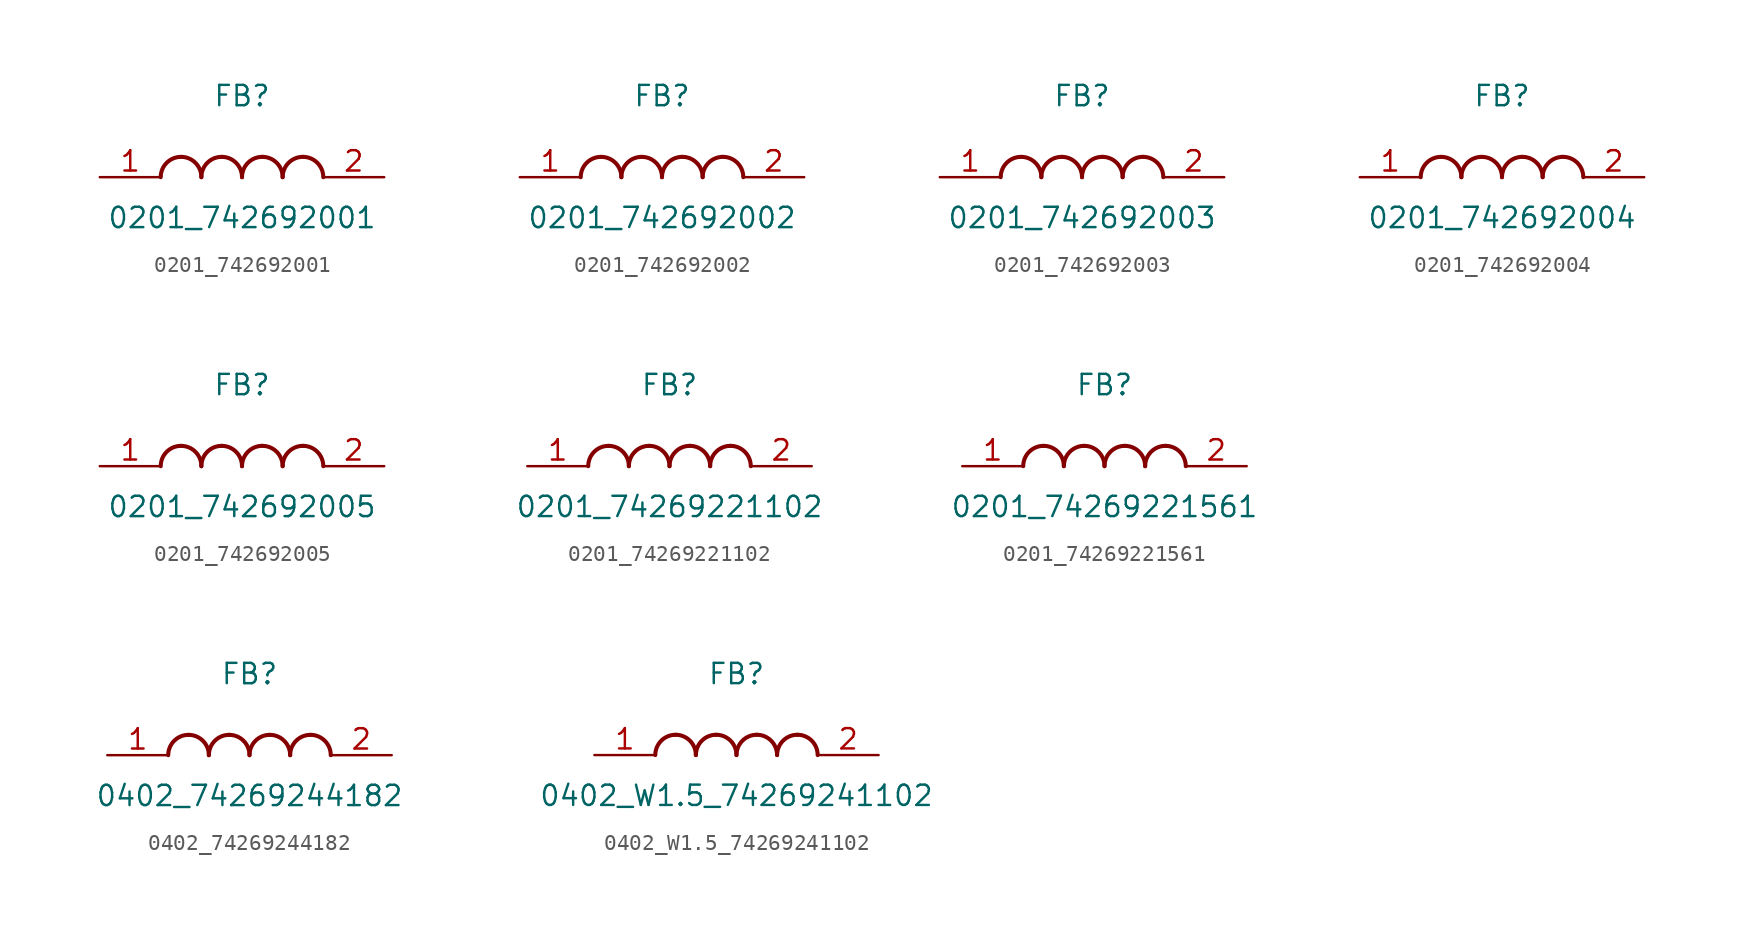
<source format=kicad_sym>
(kicad_symbol_lib
  (version 20211014)
  (generator kicad_symbol_editor)
  (symbol "Ferrite_Wurth_WE-TMSB:0201_742692001"
    (pin_names hide)
    (property "Reference" "FB"
      (at 0 5.08 0)
      (effects (font (size 1.27 1.27))))
    (property "Value" "0201_742692001"
      (at 0 -2.54 0)
      (effects (font (size 1.27 1.27))))
    (symbol "0201_742692001_0_1"
      (arc (start -3.81 1.27) (mid -4.708 0.898) (end -5.08 0) (stroke (width 0.254) (type default)) (fill (type none)))
      (arc (start -2.54 0) (mid -2.912 0.898) (end -3.81 1.27) (stroke (width 0.254) (type default)) (fill (type none)))
      (arc (start -1.2699 1.2701) (mid -2.1679 0.8981) (end -2.5399 0.0001) (stroke (width 0.254) (type default)) (fill (type none)))
      (arc (start 0.0001 0.0001) (mid -0.3719 0.8981) (end -1.2699 1.2701) (stroke (width 0.254) (type default)) (fill (type none)))
      (arc (start 1.2701 1.2701) (mid 0.3721 0.8981) (end 0.0001 0.0001) (stroke (width 0.254) (type default)) (fill (type none)))
      (arc (start 2.5401 0.0001) (mid 2.1681 0.8981) (end 1.2701 1.2701) (stroke (width 0.254) (type default)) (fill (type none)))
      (arc (start 3.8101 1.2701) (mid 2.9121 0.8981) (end 2.5401 0.0001) (stroke (width 0.254) (type default)) (fill (type none)))
      (arc (start 5.0801 0.0001) (mid 4.7081 0.8981) (end 3.8101 1.2701) (stroke (width 0.254) (type default)) (fill (type none))))
    (symbol "0201_742692001_1_1"
      (pin passive line (at -8.89 0 0) (length 3.81) (name "1" (effects (font (size 1.27 1.27)))) (number "1" (effects (font (size 1.27 1.27)))))
      (pin passive line (at 8.89 0 180) (length 3.81) (name "2" (effects (font (size 1.27 1.27)))) (number "2" (effects (font (size 1.27 1.27)))))))
  (symbol "Ferrite_Wurth_WE-TMSB:0201_742692002"
    (pin_names hide)
    (property "Reference" "FB"
      (at 0 5.08 0)
      (effects (font (size 1.27 1.27))))
    (property "Value" "0201_742692002"
      (at 0 -2.54 0)
      (effects (font (size 1.27 1.27))))
    (symbol "0201_742692002_0_1"
      (arc (start -3.81 1.27) (mid -4.708 0.898) (end -5.08 0) (stroke (width 0.254) (type default)) (fill (type none)))
      (arc (start -2.54 0) (mid -2.912 0.898) (end -3.81 1.27) (stroke (width 0.254) (type default)) (fill (type none)))
      (arc (start -1.2699 1.2701) (mid -2.1679 0.8981) (end -2.5399 0.0001) (stroke (width 0.254) (type default)) (fill (type none)))
      (arc (start 0.0001 0.0001) (mid -0.3719 0.8981) (end -1.2699 1.2701) (stroke (width 0.254) (type default)) (fill (type none)))
      (arc (start 1.2701 1.2701) (mid 0.3721 0.8981) (end 0.0001 0.0001) (stroke (width 0.254) (type default)) (fill (type none)))
      (arc (start 2.5401 0.0001) (mid 2.1681 0.8981) (end 1.2701 1.2701) (stroke (width 0.254) (type default)) (fill (type none)))
      (arc (start 3.8101 1.2701) (mid 2.9121 0.8981) (end 2.5401 0.0001) (stroke (width 0.254) (type default)) (fill (type none)))
      (arc (start 5.0801 0.0001) (mid 4.7081 0.8981) (end 3.8101 1.2701) (stroke (width 0.254) (type default)) (fill (type none))))
    (symbol "0201_742692002_1_1"
      (pin passive line (at -8.89 0 0) (length 3.81) (name "1" (effects (font (size 1.27 1.27)))) (number "1" (effects (font (size 1.27 1.27)))))
      (pin passive line (at 8.89 0 180) (length 3.81) (name "2" (effects (font (size 1.27 1.27)))) (number "2" (effects (font (size 1.27 1.27)))))))
  (symbol "Ferrite_Wurth_WE-TMSB:0201_742692003"
    (pin_names hide)
    (property "Reference" "FB"
      (at 0 5.08 0)
      (effects (font (size 1.27 1.27))))
    (property "Value" "0201_742692003"
      (at 0 -2.54 0)
      (effects (font (size 1.27 1.27))))
    (symbol "0201_742692003_0_1"
      (arc (start -3.81 1.27) (mid -4.708 0.898) (end -5.08 0) (stroke (width 0.254) (type default)) (fill (type none)))
      (arc (start -2.54 0) (mid -2.912 0.898) (end -3.81 1.27) (stroke (width 0.254) (type default)) (fill (type none)))
      (arc (start -1.2699 1.2701) (mid -2.1679 0.8981) (end -2.5399 0.0001) (stroke (width 0.254) (type default)) (fill (type none)))
      (arc (start 0.0001 0.0001) (mid -0.3719 0.8981) (end -1.2699 1.2701) (stroke (width 0.254) (type default)) (fill (type none)))
      (arc (start 1.2701 1.2701) (mid 0.3721 0.8981) (end 0.0001 0.0001) (stroke (width 0.254) (type default)) (fill (type none)))
      (arc (start 2.5401 0.0001) (mid 2.1681 0.8981) (end 1.2701 1.2701) (stroke (width 0.254) (type default)) (fill (type none)))
      (arc (start 3.8101 1.2701) (mid 2.9121 0.8981) (end 2.5401 0.0001) (stroke (width 0.254) (type default)) (fill (type none)))
      (arc (start 5.0801 0.0001) (mid 4.7081 0.8981) (end 3.8101 1.2701) (stroke (width 0.254) (type default)) (fill (type none))))
    (symbol "0201_742692003_1_1"
      (pin passive line (at -8.89 0 0) (length 3.81) (name "1" (effects (font (size 1.27 1.27)))) (number "1" (effects (font (size 1.27 1.27)))))
      (pin passive line (at 8.89 0 180) (length 3.81) (name "2" (effects (font (size 1.27 1.27)))) (number "2" (effects (font (size 1.27 1.27)))))))
  (symbol "Ferrite_Wurth_WE-TMSB:0201_742692004"
    (pin_names hide)
    (property "Reference" "FB"
      (at 0 5.08 0)
      (effects (font (size 1.27 1.27))))
    (property "Value" "0201_742692004"
      (at 0 -2.54 0)
      (effects (font (size 1.27 1.27))))
    (symbol "0201_742692004_0_1"
      (arc (start -3.81 1.27) (mid -4.708 0.898) (end -5.08 0) (stroke (width 0.254) (type default)) (fill (type none)))
      (arc (start -2.54 0) (mid -2.912 0.898) (end -3.81 1.27) (stroke (width 0.254) (type default)) (fill (type none)))
      (arc (start -1.2699 1.2701) (mid -2.1679 0.8981) (end -2.5399 0.0001) (stroke (width 0.254) (type default)) (fill (type none)))
      (arc (start 0.0001 0.0001) (mid -0.3719 0.8981) (end -1.2699 1.2701) (stroke (width 0.254) (type default)) (fill (type none)))
      (arc (start 1.2701 1.2701) (mid 0.3721 0.8981) (end 0.0001 0.0001) (stroke (width 0.254) (type default)) (fill (type none)))
      (arc (start 2.5401 0.0001) (mid 2.1681 0.8981) (end 1.2701 1.2701) (stroke (width 0.254) (type default)) (fill (type none)))
      (arc (start 3.8101 1.2701) (mid 2.9121 0.8981) (end 2.5401 0.0001) (stroke (width 0.254) (type default)) (fill (type none)))
      (arc (start 5.0801 0.0001) (mid 4.7081 0.8981) (end 3.8101 1.2701) (stroke (width 0.254) (type default)) (fill (type none))))
    (symbol "0201_742692004_1_1"
      (pin passive line (at -8.89 0 0) (length 3.81) (name "1" (effects (font (size 1.27 1.27)))) (number "1" (effects (font (size 1.27 1.27)))))
      (pin passive line (at 8.89 0 180) (length 3.81) (name "2" (effects (font (size 1.27 1.27)))) (number "2" (effects (font (size 1.27 1.27)))))))
  (symbol "Ferrite_Wurth_WE-TMSB:0201_742692005"
    (pin_names hide)
    (property "Reference" "FB"
      (at 0 5.08 0)
      (effects (font (size 1.27 1.27))))
    (property "Value" "0201_742692005"
      (at 0 -2.54 0)
      (effects (font (size 1.27 1.27))))
    (symbol "0201_742692005_0_1"
      (arc (start -3.81 1.27) (mid -4.708 0.898) (end -5.08 0) (stroke (width 0.254) (type default)) (fill (type none)))
      (arc (start -2.54 0) (mid -2.912 0.898) (end -3.81 1.27) (stroke (width 0.254) (type default)) (fill (type none)))
      (arc (start -1.2699 1.2701) (mid -2.1679 0.8981) (end -2.5399 0.0001) (stroke (width 0.254) (type default)) (fill (type none)))
      (arc (start 0.0001 0.0001) (mid -0.3719 0.8981) (end -1.2699 1.2701) (stroke (width 0.254) (type default)) (fill (type none)))
      (arc (start 1.2701 1.2701) (mid 0.3721 0.8981) (end 0.0001 0.0001) (stroke (width 0.254) (type default)) (fill (type none)))
      (arc (start 2.5401 0.0001) (mid 2.1681 0.8981) (end 1.2701 1.2701) (stroke (width 0.254) (type default)) (fill (type none)))
      (arc (start 3.8101 1.2701) (mid 2.9121 0.8981) (end 2.5401 0.0001) (stroke (width 0.254) (type default)) (fill (type none)))
      (arc (start 5.0801 0.0001) (mid 4.7081 0.8981) (end 3.8101 1.2701) (stroke (width 0.254) (type default)) (fill (type none))))
    (symbol "0201_742692005_1_1"
      (pin passive line (at -8.89 0 0) (length 3.81) (name "1" (effects (font (size 1.27 1.27)))) (number "1" (effects (font (size 1.27 1.27)))))
      (pin passive line (at 8.89 0 180) (length 3.81) (name "2" (effects (font (size 1.27 1.27)))) (number "2" (effects (font (size 1.27 1.27)))))))
  (symbol "Ferrite_Wurth_WE-TMSB:0201_74269221102"
    (pin_names hide)
    (property "Reference" "FB"
      (at 0 5.08 0)
      (effects (font (size 1.27 1.27))))
    (property "Value" "0201_74269221102"
      (at 0 -2.54 0)
      (effects (font (size 1.27 1.27))))
    (symbol "0201_74269221102_0_1"
      (arc (start -3.81 1.27) (mid -4.708 0.898) (end -5.08 0) (stroke (width 0.254) (type default)) (fill (type none)))
      (arc (start -2.54 0) (mid -2.912 0.898) (end -3.81 1.27) (stroke (width 0.254) (type default)) (fill (type none)))
      (arc (start -1.2699 1.2701) (mid -2.1679 0.8981) (end -2.5399 0.0001) (stroke (width 0.254) (type default)) (fill (type none)))
      (arc (start 0.0001 0.0001) (mid -0.3719 0.8981) (end -1.2699 1.2701) (stroke (width 0.254) (type default)) (fill (type none)))
      (arc (start 1.2701 1.2701) (mid 0.3721 0.8981) (end 0.0001 0.0001) (stroke (width 0.254) (type default)) (fill (type none)))
      (arc (start 2.5401 0.0001) (mid 2.1681 0.8981) (end 1.2701 1.2701) (stroke (width 0.254) (type default)) (fill (type none)))
      (arc (start 3.8101 1.2701) (mid 2.9121 0.8981) (end 2.5401 0.0001) (stroke (width 0.254) (type default)) (fill (type none)))
      (arc (start 5.0801 0.0001) (mid 4.7081 0.8981) (end 3.8101 1.2701) (stroke (width 0.254) (type default)) (fill (type none))))
    (symbol "0201_74269221102_1_1"
      (pin passive line (at -8.89 0 0) (length 3.81) (name "1" (effects (font (size 1.27 1.27)))) (number "1" (effects (font (size 1.27 1.27)))))
      (pin passive line (at 8.89 0 180) (length 3.81) (name "2" (effects (font (size 1.27 1.27)))) (number "2" (effects (font (size 1.27 1.27)))))))
  (symbol "Ferrite_Wurth_WE-TMSB:0201_74269221561"
    (pin_names hide)
    (property "Reference" "FB"
      (at 0 5.08 0)
      (effects (font (size 1.27 1.27))))
    (property "Value" "0201_74269221561"
      (at 0 -2.54 0)
      (effects (font (size 1.27 1.27))))
    (symbol "0201_74269221561_0_1"
      (arc (start -3.81 1.27) (mid -4.708 0.898) (end -5.08 0) (stroke (width 0.254) (type default)) (fill (type none)))
      (arc (start -2.54 0) (mid -2.912 0.898) (end -3.81 1.27) (stroke (width 0.254) (type default)) (fill (type none)))
      (arc (start -1.2699 1.2701) (mid -2.1679 0.8981) (end -2.5399 0.0001) (stroke (width 0.254) (type default)) (fill (type none)))
      (arc (start 0.0001 0.0001) (mid -0.3719 0.8981) (end -1.2699 1.2701) (stroke (width 0.254) (type default)) (fill (type none)))
      (arc (start 1.2701 1.2701) (mid 0.3721 0.8981) (end 0.0001 0.0001) (stroke (width 0.254) (type default)) (fill (type none)))
      (arc (start 2.5401 0.0001) (mid 2.1681 0.8981) (end 1.2701 1.2701) (stroke (width 0.254) (type default)) (fill (type none)))
      (arc (start 3.8101 1.2701) (mid 2.9121 0.8981) (end 2.5401 0.0001) (stroke (width 0.254) (type default)) (fill (type none)))
      (arc (start 5.0801 0.0001) (mid 4.7081 0.8981) (end 3.8101 1.2701) (stroke (width 0.254) (type default)) (fill (type none))))
    (symbol "0201_74269221561_1_1"
      (pin passive line (at -8.89 0 0) (length 3.81) (name "1" (effects (font (size 1.27 1.27)))) (number "1" (effects (font (size 1.27 1.27)))))
      (pin passive line (at 8.89 0 180) (length 3.81) (name "2" (effects (font (size 1.27 1.27)))) (number "2" (effects (font (size 1.27 1.27)))))))
  (symbol "Ferrite_Wurth_WE-TMSB:0402_74269244182"
    (pin_names hide)
    (property "Reference" "FB"
      (at 0 5.08 0)
      (effects (font (size 1.27 1.27))))
    (property "Value" "0402_74269244182"
      (at 0 -2.54 0)
      (effects (font (size 1.27 1.27))))
    (symbol "0402_74269244182_0_1"
      (arc (start -3.81 1.27) (mid -4.708 0.898) (end -5.08 0) (stroke (width 0.254) (type default)) (fill (type none)))
      (arc (start -2.54 0) (mid -2.912 0.898) (end -3.81 1.27) (stroke (width 0.254) (type default)) (fill (type none)))
      (arc (start -1.2699 1.2701) (mid -2.1679 0.8981) (end -2.5399 0.0001) (stroke (width 0.254) (type default)) (fill (type none)))
      (arc (start 0.0001 0.0001) (mid -0.3719 0.8981) (end -1.2699 1.2701) (stroke (width 0.254) (type default)) (fill (type none)))
      (arc (start 1.2701 1.2701) (mid 0.3721 0.8981) (end 0.0001 0.0001) (stroke (width 0.254) (type default)) (fill (type none)))
      (arc (start 2.5401 0.0001) (mid 2.1681 0.8981) (end 1.2701 1.2701) (stroke (width 0.254) (type default)) (fill (type none)))
      (arc (start 3.8101 1.2701) (mid 2.9121 0.8981) (end 2.5401 0.0001) (stroke (width 0.254) (type default)) (fill (type none)))
      (arc (start 5.0801 0.0001) (mid 4.7081 0.8981) (end 3.8101 1.2701) (stroke (width 0.254) (type default)) (fill (type none))))
    (symbol "0402_74269244182_1_1"
      (pin passive line (at -8.89 0 0) (length 3.81) (name "1" (effects (font (size 1.27 1.27)))) (number "1" (effects (font (size 1.27 1.27)))))
      (pin passive line (at 8.89 0 180) (length 3.81) (name "2" (effects (font (size 1.27 1.27)))) (number "2" (effects (font (size 1.27 1.27)))))))
  (symbol "Ferrite_Wurth_WE-TMSB:0402_W1.5_74269241102"
    (pin_names hide)
    (property "Reference" "FB"
      (at 0 5.08 0)
      (effects (font (size 1.27 1.27))))
    (property "Value" "0402_W1.5_74269241102"
      (at 0 -2.54 0)
      (effects (font (size 1.27 1.27))))
    (symbol "0402_W1.5_74269241102_0_1"
      (arc (start -3.81 1.27) (mid -4.708 0.898) (end -5.08 0) (stroke (width 0.254) (type default)) (fill (type none)))
      (arc (start -2.54 0) (mid -2.912 0.898) (end -3.81 1.27) (stroke (width 0.254) (type default)) (fill (type none)))
      (arc (start -1.2699 1.2701) (mid -2.1679 0.8981) (end -2.5399 0.0001) (stroke (width 0.254) (type default)) (fill (type none)))
      (arc (start 0.0001 0.0001) (mid -0.3719 0.8981) (end -1.2699 1.2701) (stroke (width 0.254) (type default)) (fill (type none)))
      (arc (start 1.2701 1.2701) (mid 0.3721 0.8981) (end 0.0001 0.0001) (stroke (width 0.254) (type default)) (fill (type none)))
      (arc (start 2.5401 0.0001) (mid 2.1681 0.8981) (end 1.2701 1.2701) (stroke (width 0.254) (type default)) (fill (type none)))
      (arc (start 3.8101 1.2701) (mid 2.9121 0.8981) (end 2.5401 0.0001) (stroke (width 0.254) (type default)) (fill (type none)))
      (arc (start 5.0801 0.0001) (mid 4.7081 0.8981) (end 3.8101 1.2701) (stroke (width 0.254) (type default)) (fill (type none))))
    (symbol "0402_W1.5_74269241102_1_1"
      (pin passive line (at -8.89 0 0) (length 3.81) (name "1" (effects (font (size 1.27 1.27)))) (number "1" (effects (font (size 1.27 1.27)))))
      (pin passive line (at 8.89 0 180) (length 3.81) (name "2" (effects (font (size 1.27 1.27)))) (number "2" (effects (font (size 1.27 1.27))))))))
</source>
